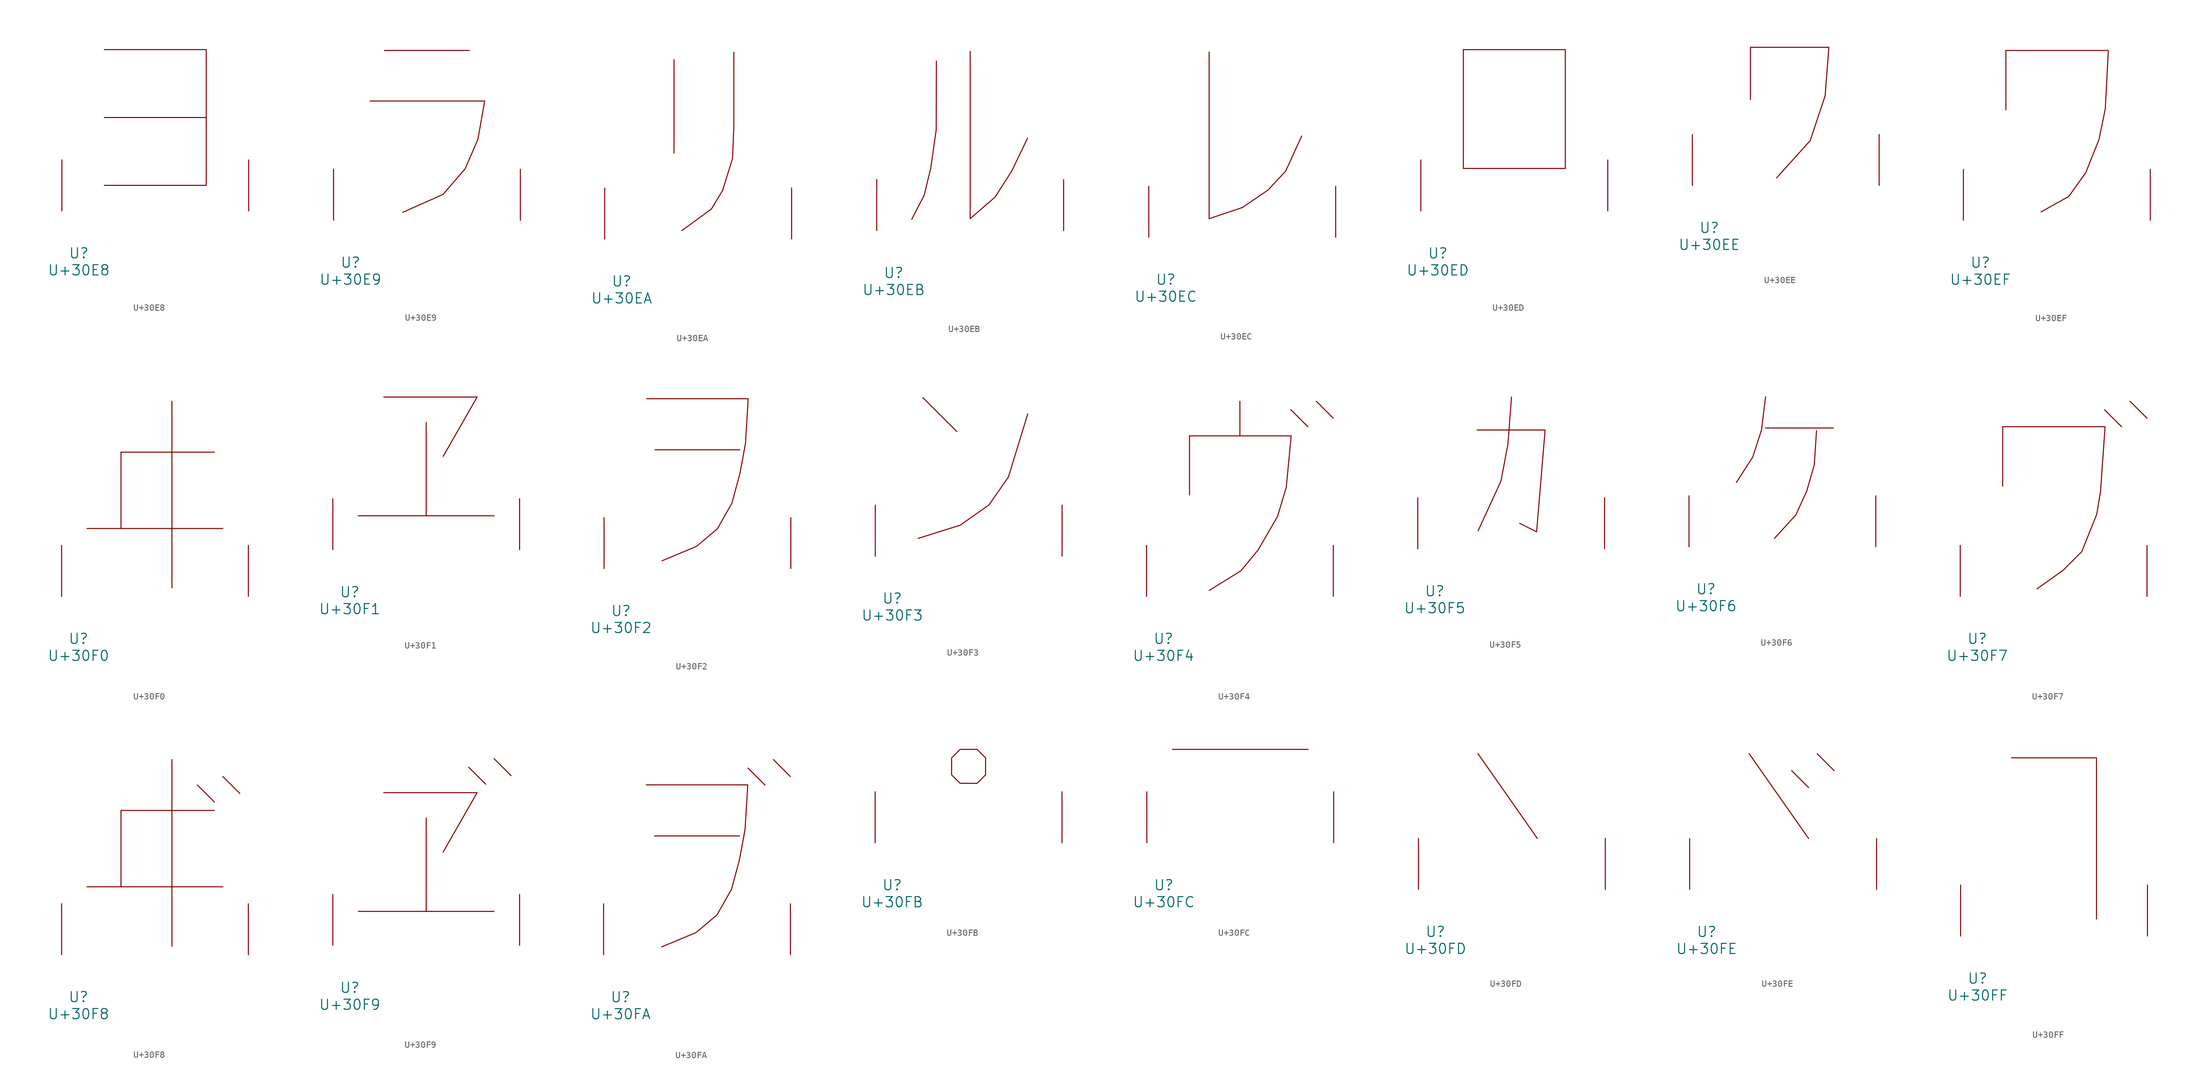
<source format=kicad_sym>
(kicad_symbol_lib
  (version 20231120)
  (generator "kicad_symbol_editor")
  (generator_version "8.0")
  (symbol "U+30E8"
    (pin_names
      (offset 1.016))
    (property "Reference" "U"
      (at 0 -6.35 0)
      (effects (font (size 1.524 1.524))))
    (property "Value" "U+30E8"
      (at 0 -8.89 0)
      (effects (font (size 1.524 1.524))))
    (symbol "U+30E8_0_1"
      (polyline (pts (xy 3.81 13.97) (xy 19.05 13.97)) (stroke (width 0) (type solid)) (fill (type none)))
      (polyline (pts (xy 3.81 24.13) (xy 19.05 24.13) (xy 19.05 3.81) (xy 3.81 3.81)) (stroke (width 0) (type solid)) (fill (type none)))
      (pin input line (at -2.54 0 90) (length 7.62) (name "~" (effects (font (size 1.27 1.27)))) (number "~" (effects (font (size 1.27 1.27)))))
      (pin input line (at 25.4 0 90) (length 7.62) (name "~" (effects (font (size 1.27 1.27)))) (number "~" (effects (font (size 1.27 1.27)))))))
  (symbol "U+30E9"
    (pin_names
      (offset 1.016))
    (property "Reference" "U"
      (at 0 -6.35 0)
      (effects (font (size 1.524 1.524))))
    (property "Value" "U+30E9"
      (at 0 -8.89 0)
      (effects (font (size 1.524 1.524))))
    (symbol "U+30E9_0_1"
      (polyline (pts (xy 5.08 25.4) (xy 17.78 25.4)) (stroke (width 0) (type solid)) (fill (type none)))
      (polyline (pts (xy 2.921 17.831) (xy 20.066 17.831) (xy 19.05 12.09) (xy 17.145 7.696) (xy 13.843 3.861) (xy 7.798 1.168)) (stroke (width 0) (type solid)) (fill (type none)))
      (pin input line (at -2.54 0 90) (length 7.62) (name "~" (effects (font (size 1.27 1.27)))) (number "~" (effects (font (size 1.27 1.27)))))
      (pin input line (at 25.4 0 90) (length 7.62) (name "~" (effects (font (size 1.27 1.27)))) (number "~" (effects (font (size 1.27 1.27)))))))
  (symbol "U+30EA"
    (pin_names
      (offset 1.016))
    (property "Reference" "U"
      (at 0 -6.35 0)
      (effects (font (size 1.524 1.524))))
    (property "Value" "U+30EA"
      (at 0 -8.89 0)
      (effects (font (size 1.524 1.524))))
    (symbol "U+30EA_0_1"
      (polyline (pts (xy 7.823 26.822) (xy 7.823 12.852)) (stroke (width 0) (type solid)) (fill (type none)))
      (polyline (pts (xy 16.764 27.94) (xy 16.764 16.764) (xy 16.561 12.014) (xy 15.088 7.264) (xy 13.411 4.47) (xy 8.992 1.245)) (stroke (width 0) (type solid)) (fill (type none)))
      (pin input line (at -2.54 0 90) (length 7.62) (name "~" (effects (font (size 1.27 1.27)))) (number "~" (effects (font (size 1.27 1.27)))))
      (pin input line (at 25.4 0 90) (length 7.62) (name "~" (effects (font (size 1.27 1.27)))) (number "~" (effects (font (size 1.27 1.27)))))))
  (symbol "U+30EB"
    (pin_names
      (offset 1.016))
    (property "Reference" "U"
      (at 0 -6.35 0)
      (effects (font (size 1.524 1.524))))
    (property "Value" "U+30EB"
      (at 0 -8.89 0)
      (effects (font (size 1.524 1.524))))
    (symbol "U+30EB_0_1"
      (polyline (pts (xy 6.375 25.349) (xy 6.35 15.037) (xy 5.537 9.322) (xy 4.547 5.258) (xy 2.692 1.676)) (stroke (width 0) (type solid)) (fill (type none)))
      (polyline (pts (xy 11.43 26.797) (xy 11.43 1.778) (xy 15.138 4.978) (xy 17.628 8.865) (xy 20.015 13.818)) (stroke (width 0) (type solid)) (fill (type none)))
      (pin input line (at -2.54 0 90) (length 7.62) (name "~" (effects (font (size 1.27 1.27)))) (number "~" (effects (font (size 1.27 1.27)))))
      (pin input line (at 25.4 0 90) (length 7.62) (name "~" (effects (font (size 1.27 1.27)))) (number "~" (effects (font (size 1.27 1.27)))))))
  (symbol "U+30EC"
    (pin_names
      (offset 1.016))
    (property "Reference" "U"
      (at 0 -6.35 0)
      (effects (font (size 1.524 1.524))))
    (property "Value" "U+30EC"
      (at 0 -8.89 0)
      (effects (font (size 1.524 1.524))))
    (symbol "U+30EC_0_1"
      (polyline (pts (xy 6.477 27.711) (xy 6.477 2.769) (xy 11.455 4.445) (xy 15.291 7.061) (xy 17.932 9.906) (xy 20.32 15.138)) (stroke (width 0) (type solid)) (fill (type none)))
      (pin input line (at -2.54 0 90) (length 7.62) (name "~" (effects (font (size 1.27 1.27)))) (number "~" (effects (font (size 1.27 1.27)))))
      (pin input line (at 25.4 0 90) (length 7.62) (name "~" (effects (font (size 1.27 1.27)))) (number "~" (effects (font (size 1.27 1.27)))))))
  (symbol "U+30ED"
    (pin_names
      (offset 1.016))
    (property "Reference" "U"
      (at 0 -6.35 0)
      (effects (font (size 1.524 1.524))))
    (property "Value" "U+30ED"
      (at 0 -8.89 0)
      (effects (font (size 1.524 1.524))))
    (symbol "U+30ED_0_1"
      (polyline (pts (xy 3.81 24.13) (xy 3.81 6.35)) (stroke (width 0) (type solid)) (fill (type none)))
      (polyline (pts (xy 3.81 24.13) (xy 19.05 24.13) (xy 19.05 6.35) (xy 3.81 6.35)) (stroke (width 0) (type solid)) (fill (type none)))
      (pin input line (at -2.54 0 90) (length 7.62) (name "~" (effects (font (size 1.27 1.27)))) (number "~" (effects (font (size 1.27 1.27)))))
      (pin input line (at 25.4 0 90) (length 7.62) (name "~" (effects (font (size 1.27 1.27)))) (number "~" (effects (font (size 1.27 1.27)))))))
  (symbol "U+30EE"
    (pin_names
      (offset 1.016))
    (property "Reference" "U"
      (at 0 -6.35 0)
      (effects (font (size 1.524 1.524))))
    (property "Value" "U+30EE"
      (at 0 -8.89 0)
      (effects (font (size 1.524 1.524))))
    (symbol "U+30EE_0_1"
      (polyline (pts (xy 6.147 12.852) (xy 6.147 20.676) (xy 17.882 20.676) (xy 17.323 13.411) (xy 15.088 6.706) (xy 10.058 1.118)) (stroke (width 0) (type solid)) (fill (type none)))
      (pin input line (at -2.54 0 90) (length 7.62) (name "~" (effects (font (size 1.27 1.27)))) (number "~" (effects (font (size 1.27 1.27)))))
      (pin input line (at 25.4 0 90) (length 7.62) (name "~" (effects (font (size 1.27 1.27)))) (number "~" (effects (font (size 1.27 1.27)))))))
  (symbol "U+30EF"
    (pin_names
      (offset 1.016))
    (property "Reference" "U"
      (at 0 -6.35 0)
      (effects (font (size 1.524 1.524))))
    (property "Value" "U+30EF"
      (at 0 -8.89 0)
      (effects (font (size 1.524 1.524))))
    (symbol "U+30EF_0_1"
      (polyline (pts (xy 3.81 25.4) (xy 3.81 16.51)) (stroke (width 0) (type solid)) (fill (type none)))
      (polyline (pts (xy 3.81 25.4) (xy 19.05 25.4)) (stroke (width 0) (type solid)) (fill (type none)))
      (polyline (pts (xy 19.126 25.375) (xy 18.669 16.662) (xy 17.729 12.065) (xy 15.748 7.112) (xy 13.208 3.556) (xy 9.068 1.245)) (stroke (width 0) (type solid)) (fill (type none)))
      (pin input line (at -2.54 0 90) (length 7.62) (name "~" (effects (font (size 1.27 1.27)))) (number "~" (effects (font (size 1.27 1.27)))))
      (pin input line (at 25.4 0 90) (length 7.62) (name "~" (effects (font (size 1.27 1.27)))) (number "~" (effects (font (size 1.27 1.27)))))))
  (symbol "U+30F0"
    (pin_names
      (offset 1.016))
    (property "Reference" "U"
      (at 0 -6.35 0)
      (effects (font (size 1.524 1.524))))
    (property "Value" "U+30F0"
      (at 0 -8.89 0)
      (effects (font (size 1.524 1.524))))
    (symbol "U+30F0_0_1"
      (polyline (pts (xy 1.27 10.16) (xy 21.59 10.16)) (stroke (width 0) (type solid)) (fill (type none)))
      (polyline (pts (xy 6.35 21.59) (xy 6.35 10.16)) (stroke (width 0) (type solid)) (fill (type none)))
      (polyline (pts (xy 6.35 21.59) (xy 20.32 21.59)) (stroke (width 0) (type solid)) (fill (type none)))
      (polyline (pts (xy 13.97 29.21) (xy 13.97 1.27)) (stroke (width 0) (type solid)) (fill (type none)))
      (pin input line (at -2.54 0 90) (length 7.62) (name "~" (effects (font (size 1.27 1.27)))) (number "~" (effects (font (size 1.27 1.27)))))
      (pin input line (at 25.4 0 90) (length 7.62) (name "~" (effects (font (size 1.27 1.27)))) (number "~" (effects (font (size 1.27 1.27)))))))
  (symbol "U+30F1"
    (pin_names
      (offset 1.016))
    (property "Reference" "U"
      (at 0 -6.35 0)
      (effects (font (size 1.524 1.524))))
    (property "Value" "U+30F1"
      (at 0 -8.89 0)
      (effects (font (size 1.524 1.524))))
    (symbol "U+30F1_0_1"
      (polyline (pts (xy 1.27 5.08) (xy 21.59 5.08)) (stroke (width 0) (type solid)) (fill (type none)))
      (polyline (pts (xy 11.43 19.05) (xy 11.43 5.08)) (stroke (width 0) (type solid)) (fill (type none)))
      (polyline (pts (xy 5.08 22.86) (xy 19.05 22.86) (xy 13.97 13.97)) (stroke (width 0) (type solid)) (fill (type none)))
      (pin input line (at -2.54 0 90) (length 7.62) (name "~" (effects (font (size 1.27 1.27)))) (number "~" (effects (font (size 1.27 1.27)))))
      (pin input line (at 25.4 0 90) (length 7.62) (name "~" (effects (font (size 1.27 1.27)))) (number "~" (effects (font (size 1.27 1.27)))))))
  (symbol "U+30F2"
    (pin_names
      (offset 1.016))
    (property "Reference" "U"
      (at 0 -6.35 0)
      (effects (font (size 1.524 1.524))))
    (property "Value" "U+30F2"
      (at 0 -8.89 0)
      (effects (font (size 1.524 1.524))))
    (symbol "U+30F2_0_1"
      (polyline (pts (xy 5.08 17.78) (xy 17.78 17.78)) (stroke (width 0) (type solid)) (fill (type none)))
      (polyline (pts (xy 3.835 25.425) (xy 19.025 25.425) (xy 18.618 18.745) (xy 17.78 14.199) (xy 16.586 9.779) (xy 14.427 5.969) (xy 11.303 3.327) (xy 6.147 1.168)) (stroke (width 0) (type solid)) (fill (type none)))
      (pin input line (at -2.54 0 90) (length 7.62) (name "~" (effects (font (size 1.27 1.27)))) (number "~" (effects (font (size 1.27 1.27)))))
      (pin input line (at 25.4 0 90) (length 7.62) (name "~" (effects (font (size 1.27 1.27)))) (number "~" (effects (font (size 1.27 1.27)))))))
  (symbol "U+30F3"
    (pin_names
      (offset 1.016))
    (property "Reference" "U"
      (at 0 -6.35 0)
      (effects (font (size 1.524 1.524))))
    (property "Value" "U+30F3"
      (at 0 -8.89 0)
      (effects (font (size 1.524 1.524))))
    (symbol "U+30F3_0_1"
      (polyline (pts (xy 4.572 23.724) (xy 9.652 18.644)) (stroke (width 0) (type solid)) (fill (type none)))
      (polyline (pts (xy 3.861 2.642) (xy 10.16 4.623) (xy 14.478 7.671) (xy 17.374 11.836) (xy 20.269 21.285)) (stroke (width 0) (type solid)) (fill (type none)))
      (pin input line (at -2.54 0 90) (length 7.62) (name "~" (effects (font (size 1.27 1.27)))) (number "~" (effects (font (size 1.27 1.27)))))
      (pin input line (at 25.4 0 90) (length 7.62) (name "~" (effects (font (size 1.27 1.27)))) (number "~" (effects (font (size 1.27 1.27)))))))
  (symbol "U+30F4"
    (pin_names
      (offset 1.016))
    (property "Reference" "U"
      (at 0 -6.35 0)
      (effects (font (size 1.524 1.524))))
    (property "Value" "U+30F4"
      (at 0 -8.89 0)
      (effects (font (size 1.524 1.524))))
    (symbol "U+30F4_0_1"
      (polyline (pts (xy 11.43 29.21) (xy 11.43 24.13)) (stroke (width 0) (type solid)) (fill (type none)))
      (polyline (pts (xy 19.05 27.94) (xy 21.59 25.4)) (stroke (width 0) (type solid)) (fill (type none)))
      (polyline (pts (xy 22.86 29.21) (xy 25.4 26.67)) (stroke (width 0) (type solid)) (fill (type none)))
      (polyline (pts (xy 3.886 15.189) (xy 3.886 24.028) (xy 19.101 24.028) (xy 18.364 16.332) (xy 17.069 11.989) (xy 14.148 6.934) (xy 11.557 3.81) (xy 6.833 0.889)) (stroke (width 0) (type solid)) (fill (type none)))
      (pin input line (at -2.54 0 90) (length 7.62) (name "~" (effects (font (size 1.27 1.27)))) (number "~" (effects (font (size 1.27 1.27)))))
      (pin input line (at 25.4 0 90) (length 7.62) (name "~" (effects (font (size 1.27 1.27)))) (number "~" (effects (font (size 1.27 1.27)))))))
  (symbol "U+30F5"
    (pin_names
      (offset 1.016))
    (property "Reference" "U"
      (at 0 -6.35 0)
      (effects (font (size 1.524 1.524))))
    (property "Value" "U+30F5"
      (at 0 -8.89 0)
      (effects (font (size 1.524 1.524))))
    (symbol "U+30F5_0_1"
      (polyline (pts (xy 6.35 17.78) (xy 16.51 17.78) (xy 15.24 2.54) (xy 12.7 3.81)) (stroke (width 0) (type solid)) (fill (type none)))
      (polyline (pts (xy 11.481 22.733) (xy 10.947 15.646) (xy 9.906 10.135) (xy 6.477 2.667)) (stroke (width 0) (type solid)) (fill (type none)))
      (pin input line (at -2.54 0 90) (length 7.62) (name "~" (effects (font (size 1.27 1.27)))) (number "~" (effects (font (size 1.27 1.27)))))
      (pin input line (at 25.4 0 90) (length 7.62) (name "~" (effects (font (size 1.27 1.27)))) (number "~" (effects (font (size 1.27 1.27)))))))
  (symbol "U+30F6"
    (pin_names
      (offset 1.016))
    (property "Reference" "U"
      (at 0 -6.35 0)
      (effects (font (size 1.524 1.524))))
    (property "Value" "U+30F6"
      (at 0 -8.89 0)
      (effects (font (size 1.524 1.524))))
    (symbol "U+30F6_0_1"
      (polyline (pts (xy 8.89 17.78) (xy 19.05 17.78)) (stroke (width 0) (type solid)) (fill (type none)))
      (polyline (pts (xy 8.915 22.454) (xy 8.306 17.475) (xy 6.985 13.411) (xy 4.547 9.627)) (stroke (width 0) (type solid)) (fill (type none)))
      (polyline (pts (xy 16.535 17.374) (xy 16.205 12.294) (xy 15.088 8.382) (xy 13.437 4.75) (xy 10.236 1.245)) (stroke (width 0) (type solid)) (fill (type none)))
      (pin input line (at -2.54 0 90) (length 7.62) (name "~" (effects (font (size 1.27 1.27)))) (number "~" (effects (font (size 1.27 1.27)))))
      (pin input line (at 25.4 0 90) (length 7.62) (name "~" (effects (font (size 1.27 1.27)))) (number "~" (effects (font (size 1.27 1.27)))))))
  (symbol "U+30F7"
    (pin_names
      (offset 1.016))
    (property "Reference" "U"
      (at 0 -6.35 0)
      (effects (font (size 1.524 1.524))))
    (property "Value" "U+30F7"
      (at 0 -8.89 0)
      (effects (font (size 1.524 1.524))))
    (symbol "U+30F7_0_1"
      (polyline (pts (xy 3.81 25.4) (xy 3.81 16.51)) (stroke (width 0) (type solid)) (fill (type none)))
      (polyline (pts (xy 3.81 25.4) (xy 19.05 25.4)) (stroke (width 0) (type solid)) (fill (type none)))
      (polyline (pts (xy 19.05 27.94) (xy 21.59 25.4)) (stroke (width 0) (type solid)) (fill (type none)))
      (polyline (pts (xy 22.86 29.21) (xy 25.4 26.67)) (stroke (width 0) (type solid)) (fill (type none)))
      (polyline (pts (xy 19.126 25.375) (xy 18.44 15.646) (xy 17.882 12.294) (xy 15.646 6.706) (xy 12.852 3.912) (xy 8.941 1.118)) (stroke (width 0) (type solid)) (fill (type none)))
      (pin input line (at -2.54 0 90) (length 7.62) (name "~" (effects (font (size 1.27 1.27)))) (number "~" (effects (font (size 1.27 1.27)))))
      (pin input line (at 25.4 0 90) (length 7.62) (name "~" (effects (font (size 1.27 1.27)))) (number "~" (effects (font (size 1.27 1.27)))))))
  (symbol "U+30F8"
    (pin_names
      (offset 1.016))
    (property "Reference" "U"
      (at 0 -6.35 0)
      (effects (font (size 1.524 1.524))))
    (property "Value" "U+30F8"
      (at 0 -8.89 0)
      (effects (font (size 1.524 1.524))))
    (symbol "U+30F8_0_1"
      (polyline (pts (xy 1.27 10.16) (xy 21.59 10.16)) (stroke (width 0) (type solid)) (fill (type none)))
      (polyline (pts (xy 6.35 21.59) (xy 6.35 10.16)) (stroke (width 0) (type solid)) (fill (type none)))
      (polyline (pts (xy 6.35 21.59) (xy 20.32 21.59)) (stroke (width 0) (type solid)) (fill (type none)))
      (polyline (pts (xy 13.97 29.21) (xy 13.97 1.27)) (stroke (width 0) (type solid)) (fill (type none)))
      (polyline (pts (xy 17.78 25.4) (xy 20.32 22.86)) (stroke (width 0) (type solid)) (fill (type none)))
      (polyline (pts (xy 21.59 26.67) (xy 24.13 24.13)) (stroke (width 0) (type solid)) (fill (type none)))
      (pin input line (at -2.54 0 90) (length 7.62) (name "~" (effects (font (size 1.27 1.27)))) (number "~" (effects (font (size 1.27 1.27)))))
      (pin input line (at 25.4 0 90) (length 7.62) (name "~" (effects (font (size 1.27 1.27)))) (number "~" (effects (font (size 1.27 1.27)))))))
  (symbol "U+30F9"
    (pin_names
      (offset 1.016))
    (property "Reference" "U"
      (at 0 -6.35 0)
      (effects (font (size 1.524 1.524))))
    (property "Value" "U+30F9"
      (at 0 -8.89 0)
      (effects (font (size 1.524 1.524))))
    (symbol "U+30F9_0_1"
      (polyline (pts (xy 1.27 5.08) (xy 21.59 5.08)) (stroke (width 0) (type solid)) (fill (type none)))
      (polyline (pts (xy 11.43 19.05) (xy 11.43 5.08)) (stroke (width 0) (type solid)) (fill (type none)))
      (polyline (pts (xy 17.78 26.67) (xy 20.32 24.13)) (stroke (width 0) (type solid)) (fill (type none)))
      (polyline (pts (xy 21.59 27.94) (xy 24.13 25.4)) (stroke (width 0) (type solid)) (fill (type none)))
      (polyline (pts (xy 5.08 22.86) (xy 19.05 22.86) (xy 13.97 13.97)) (stroke (width 0) (type solid)) (fill (type none)))
      (pin input line (at -2.54 0 90) (length 7.62) (name "~" (effects (font (size 1.27 1.27)))) (number "~" (effects (font (size 1.27 1.27)))))
      (pin input line (at 25.4 0 90) (length 7.62) (name "~" (effects (font (size 1.27 1.27)))) (number "~" (effects (font (size 1.27 1.27)))))))
  (symbol "U+30FA"
    (pin_names
      (offset 1.016))
    (property "Reference" "U"
      (at 0 -6.35 0)
      (effects (font (size 1.524 1.524))))
    (property "Value" "U+30FA"
      (at 0 -8.89 0)
      (effects (font (size 1.524 1.524))))
    (symbol "U+30FA_0_1"
      (polyline (pts (xy 5.08 17.78) (xy 17.78 17.78)) (stroke (width 0) (type solid)) (fill (type none)))
      (polyline (pts (xy 19.05 27.94) (xy 21.59 25.4)) (stroke (width 0) (type solid)) (fill (type none)))
      (polyline (pts (xy 22.86 29.21) (xy 25.4 26.67)) (stroke (width 0) (type solid)) (fill (type none)))
      (polyline (pts (xy 3.835 25.425) (xy 19.025 25.425) (xy 18.618 18.745) (xy 17.78 14.199) (xy 16.586 9.779) (xy 14.427 5.969) (xy 11.303 3.327) (xy 6.147 1.168)) (stroke (width 0) (type solid)) (fill (type none)))
      (pin input line (at -2.54 0 90) (length 7.62) (name "~" (effects (font (size 1.27 1.27)))) (number "~" (effects (font (size 1.27 1.27)))))
      (pin input line (at 25.4 0 90) (length 7.62) (name "~" (effects (font (size 1.27 1.27)))) (number "~" (effects (font (size 1.27 1.27)))))))
  (symbol "U+30FB"
    (pin_names
      (offset 1.016))
    (property "Reference" "U"
      (at 0 -6.35 0)
      (effects (font (size 1.524 1.524))))
    (property "Value" "U+30FB"
      (at 0 -8.89 0)
      (effects (font (size 1.524 1.524))))
    (symbol "U+30FB_0_1"
      (polyline (pts (xy 10.16 13.97) (xy 12.7 13.97) (xy 13.97 12.7) (xy 13.97 10.16) (xy 12.7 8.89) (xy 10.16 8.89) (xy 8.89 10.16) (xy 8.89 12.7) (xy 10.16 13.97)) (stroke (width 0) (type solid)) (fill (type none)))
      (pin input line (at -2.54 0 90) (length 7.62) (name "~" (effects (font (size 1.27 1.27)))) (number "~" (effects (font (size 1.27 1.27)))))
      (pin input line (at 25.4 0 90) (length 7.62) (name "~" (effects (font (size 1.27 1.27)))) (number "~" (effects (font (size 1.27 1.27)))))))
  (symbol "U+30FC"
    (pin_names
      (offset 1.016))
    (property "Reference" "U"
      (at 0 -6.35 0)
      (effects (font (size 1.524 1.524))))
    (property "Value" "U+30FC"
      (at 0 -8.89 0)
      (effects (font (size 1.524 1.524))))
    (symbol "U+30FC_0_1"
      (polyline (pts (xy 1.27 13.97) (xy 21.59 13.97)) (stroke (width 0) (type solid)) (fill (type none)))
      (pin input line (at -2.54 0 90) (length 7.62) (name "~" (effects (font (size 1.27 1.27)))) (number "~" (effects (font (size 1.27 1.27)))))
      (pin input line (at 25.4 0 90) (length 7.62) (name "~" (effects (font (size 1.27 1.27)))) (number "~" (effects (font (size 1.27 1.27)))))))
  (symbol "U+30FD"
    (pin_names
      (offset 1.016))
    (property "Reference" "U"
      (at 0 -6.35 0)
      (effects (font (size 1.524 1.524))))
    (property "Value" "U+30FD"
      (at 0 -8.89 0)
      (effects (font (size 1.524 1.524))))
    (symbol "U+30FD_0_1"
      (polyline (pts (xy 6.35 20.32) (xy 15.24 7.62)) (stroke (width 0) (type solid)) (fill (type none)))
      (pin input line (at -2.54 0 90) (length 7.62) (name "~" (effects (font (size 1.27 1.27)))) (number "~" (effects (font (size 1.27 1.27)))))
      (pin input line (at 25.4 0 90) (length 7.62) (name "~" (effects (font (size 1.27 1.27)))) (number "~" (effects (font (size 1.27 1.27)))))))
  (symbol "U+30FE"
    (pin_names
      (offset 1.016))
    (property "Reference" "U"
      (at 0 -6.35 0)
      (effects (font (size 1.524 1.524))))
    (property "Value" "U+30FE"
      (at 0 -8.89 0)
      (effects (font (size 1.524 1.524))))
    (symbol "U+30FE_0_1"
      (polyline (pts (xy 6.35 20.32) (xy 15.24 7.62)) (stroke (width 0) (type solid)) (fill (type none)))
      (polyline (pts (xy 12.7 17.78) (xy 15.24 15.24)) (stroke (width 0) (type solid)) (fill (type none)))
      (polyline (pts (xy 16.51 20.32) (xy 19.05 17.78)) (stroke (width 0) (type solid)) (fill (type none)))
      (pin input line (at -2.54 0 90) (length 7.62) (name "~" (effects (font (size 1.27 1.27)))) (number "~" (effects (font (size 1.27 1.27)))))
      (pin input line (at 25.4 0 90) (length 7.62) (name "~" (effects (font (size 1.27 1.27)))) (number "~" (effects (font (size 1.27 1.27)))))))
  (symbol "U+30FF"
    (pin_names
      (offset 1.016))
    (property "Reference" "U"
      (at 0 -6.35 0)
      (effects (font (size 1.524 1.524))))
    (property "Value" "U+30FF"
      (at 0 -8.89 0)
      (effects (font (size 1.524 1.524))))
    (symbol "U+30FF_0_1"
      (polyline (pts (xy 5.08 26.67) (xy 17.78 26.67) (xy 17.78 2.54)) (stroke (width 0) (type solid)) (fill (type none)))
      (pin input line (at -2.54 0 90) (length 7.62) (name "~" (effects (font (size 1.27 1.27)))) (number "~" (effects (font (size 1.27 1.27)))))
      (pin input line (at 25.4 0 90) (length 7.62) (name "~" (effects (font (size 1.27 1.27)))) (number "~" (effects (font (size 1.27 1.27))))))))
</source>
